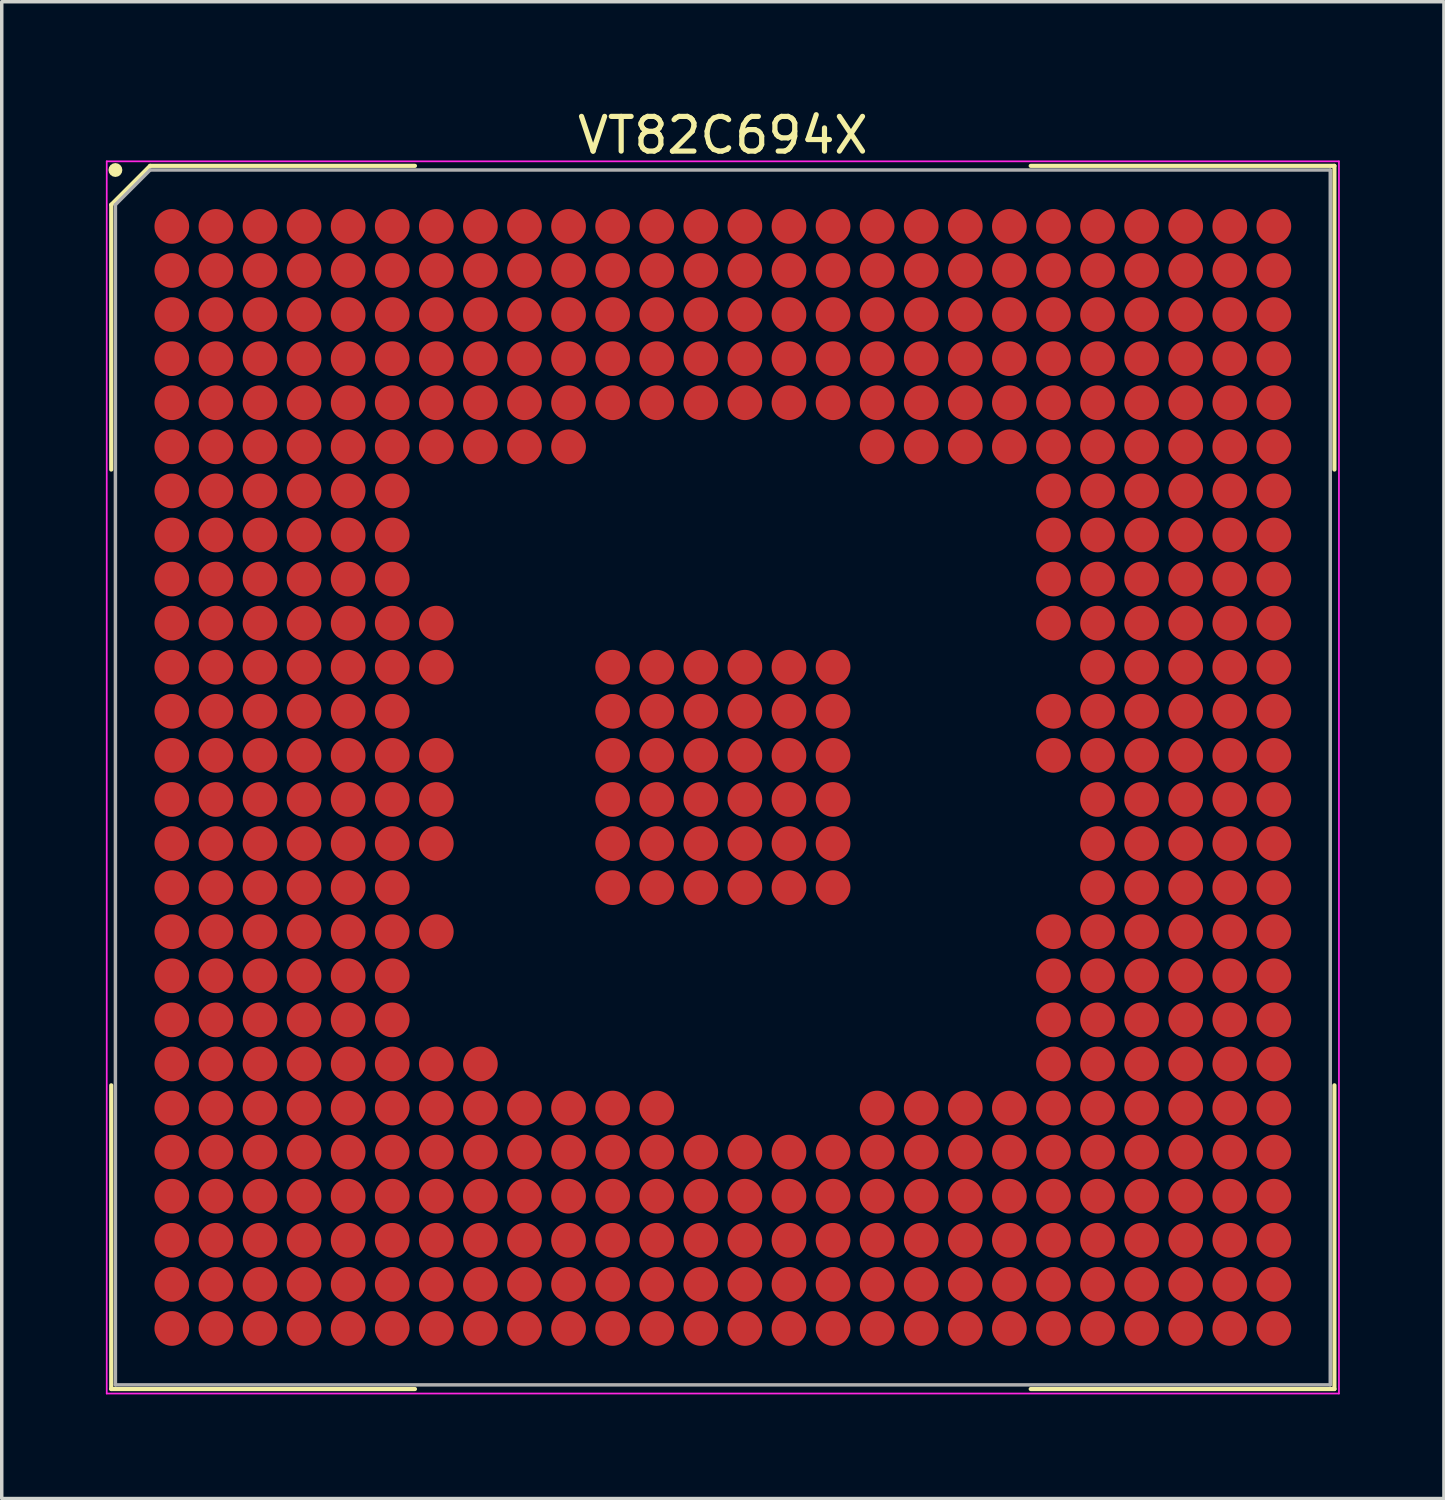
<source format=kicad_pcb>
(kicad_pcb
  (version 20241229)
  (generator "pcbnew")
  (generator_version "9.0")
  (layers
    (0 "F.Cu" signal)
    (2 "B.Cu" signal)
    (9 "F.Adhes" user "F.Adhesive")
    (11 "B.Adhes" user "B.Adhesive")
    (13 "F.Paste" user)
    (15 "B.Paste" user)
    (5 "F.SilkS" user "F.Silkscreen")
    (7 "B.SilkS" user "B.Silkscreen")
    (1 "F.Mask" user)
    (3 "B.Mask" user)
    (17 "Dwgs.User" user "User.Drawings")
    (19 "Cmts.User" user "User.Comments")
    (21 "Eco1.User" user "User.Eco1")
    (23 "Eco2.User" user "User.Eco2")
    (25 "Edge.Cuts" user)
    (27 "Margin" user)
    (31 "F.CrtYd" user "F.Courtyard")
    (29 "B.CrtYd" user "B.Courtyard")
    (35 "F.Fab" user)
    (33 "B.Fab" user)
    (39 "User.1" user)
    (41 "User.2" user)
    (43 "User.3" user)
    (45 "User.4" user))
  (footprint "VT82C694X"
    (layer "F.Cu")
    (at 17.775 19.348)
    (property "Reference" "VT82C694X" (at 0 -18.5 0) (layer "F.SilkS") (effects (font (size 1 1) (thickness 0.15))))
    (attr smd)
    (fp_line (start -17.62 -16.5) (end -17.62 -8.87) (stroke (width 0.12) (type default)) (layer "F.SilkS"))
    (fp_line (start -17.62 17.62) (end -17.62 8.87) (stroke (width 0.12) (type default)) (layer "F.SilkS"))
    (fp_line (start -16.5 -17.62) (end -17.62 -16.5) (stroke (width 0.12) (type default)) (layer "F.SilkS"))
    (fp_line (start -8.87 -17.62) (end -16.5 -17.62) (stroke (width 0.12) (type default)) (layer "F.SilkS"))
    (fp_line (start -8.87 17.62) (end -17.62 17.62) (stroke (width 0.12) (type default)) (layer "F.SilkS"))
    (fp_line (start 8.87 -17.62) (end 17.62 -17.62) (stroke (width 0.12) (type default)) (layer "F.SilkS"))
    (fp_line (start 8.87 17.62) (end 17.62 17.62) (stroke (width 0.12) (type default)) (layer "F.SilkS"))
    (fp_line (start 17.62 -17.62) (end 17.62 -8.87) (stroke (width 0.12) (type default)) (layer "F.SilkS"))
    (fp_line (start 17.62 17.62) (end 17.62 8.87) (stroke (width 0.12) (type default)) (layer "F.SilkS"))
    (fp_circle (center -17.5 -17.5) (end -17.5 -17.4) (stroke (width 0.2) (type default)) (fill no) (layer "F.SilkS"))
    (fp_line (start -17.75 -17.75) (end 17.75 -17.75) (stroke (width 0.05) (type default)) (layer "F.CrtYd"))
    (fp_line (start -17.75 17.75) (end -17.75 -17.75) (stroke (width 0.05) (type default)) (layer "F.CrtYd"))
    (fp_line (start 17.75 -17.75) (end 17.75 17.75) (stroke (width 0.05) (type default)) (layer "F.CrtYd"))
    (fp_line (start 17.75 17.75) (end -17.75 17.75) (stroke (width 0.05) (type default)) (layer "F.CrtYd"))
    (fp_line (start -17.5 -16.5) (end -17.5 17.5) (stroke (width 0.1) (type default)) (layer "F.Fab"))
    (fp_line (start -17.5 17.5) (end 17.5 17.5) (stroke (width 0.1) (type default)) (layer "F.Fab"))
    (fp_line (start -16.5 -17.5) (end -17.5 -16.5) (stroke (width 0.1) (type default)) (layer "F.Fab"))
    (fp_line (start 17.5 -17.5) (end -16.5 -17.5) (stroke (width 0.1) (type default)) (layer "F.Fab"))
    (fp_line (start 17.5 17.5) (end 17.5 -17.5) (stroke (width 0.1) (type default)) (layer "F.Fab"))
    (pad "A1" smd circle (at -15.875 -15.875) (size 1 1) (layers "F.Cu" "F.Mask" "F.Paste"))
    (pad "A2" smd circle (at -14.605 -15.875) (size 1 1) (layers "F.Cu" "F.Mask" "F.Paste"))
    (pad "A3" smd circle (at -13.335 -15.875) (size 1 1) (layers "F.Cu" "F.Mask" "F.Paste"))
    (pad "A4" smd circle (at -12.065 -15.875) (size 1 1) (layers "F.Cu" "F.Mask" "F.Paste"))
    (pad "A5" smd circle (at -10.795 -15.875) (size 1 1) (layers "F.Cu" "F.Mask" "F.Paste"))
    (pad "A6" smd circle (at -9.525 -15.875) (size 1 1) (layers "F.Cu" "F.Mask" "F.Paste"))
    (pad "A7" smd circle (at -8.255 -15.875) (size 1 1) (layers "F.Cu" "F.Mask" "F.Paste"))
    (pad "A8" smd circle (at -6.985 -15.875) (size 1 1) (layers "F.Cu" "F.Mask" "F.Paste"))
    (pad "A9" smd circle (at -5.715 -15.875) (size 1 1) (layers "F.Cu" "F.Mask" "F.Paste"))
    (pad "A10" smd circle (at -4.445 -15.875) (size 1 1) (layers "F.Cu" "F.Mask" "F.Paste"))
    (pad "A11" smd circle (at -3.175 -15.875) (size 1 1) (layers "F.Cu" "F.Mask" "F.Paste"))
    (pad "A12" smd circle (at -1.905 -15.875) (size 1 1) (layers "F.Cu" "F.Mask" "F.Paste"))
    (pad "A13" smd circle (at -0.635 -15.875) (size 1 1) (layers "F.Cu" "F.Mask" "F.Paste"))
    (pad "A14" smd circle (at 0.635 -15.875) (size 1 1) (layers "F.Cu" "F.Mask" "F.Paste"))
    (pad "A15" smd circle (at 1.905 -15.875) (size 1 1) (layers "F.Cu" "F.Mask" "F.Paste"))
    (pad "A16" smd circle (at 3.175 -15.875) (size 1 1) (layers "F.Cu" "F.Mask" "F.Paste"))
    (pad "A17" smd circle (at 4.445 -15.875) (size 1 1) (layers "F.Cu" "F.Mask" "F.Paste"))
    (pad "A18" smd circle (at 5.715 -15.875) (size 1 1) (layers "F.Cu" "F.Mask" "F.Paste"))
    (pad "A19" smd circle (at 6.985 -15.875) (size 1 1) (layers "F.Cu" "F.Mask" "F.Paste"))
    (pad "A20" smd circle (at 8.255 -15.875) (size 1 1) (layers "F.Cu" "F.Mask" "F.Paste"))
    (pad "A21" smd circle (at 9.525 -15.875) (size 1 1) (layers "F.Cu" "F.Mask" "F.Paste"))
    (pad "A22" smd circle (at 10.795 -15.875) (size 1 1) (layers "F.Cu" "F.Mask" "F.Paste"))
    (pad "A23" smd circle (at 12.065 -15.875) (size 1 1) (layers "F.Cu" "F.Mask" "F.Paste"))
    (pad "A24" smd circle (at 13.335 -15.875) (size 1 1) (layers "F.Cu" "F.Mask" "F.Paste"))
    (pad "A25" smd circle (at 14.605 -15.875) (size 1 1) (layers "F.Cu" "F.Mask" "F.Paste"))
    (pad "A26" smd circle (at 15.875 -15.875) (size 1 1) (layers "F.Cu" "F.Mask" "F.Paste"))
    (pad "AA1" smd circle (at -15.875 9.525) (size 1 1) (layers "F.Cu" "F.Mask" "F.Paste"))
    (pad "AA2" smd circle (at -14.605 9.525) (size 1 1) (layers "F.Cu" "F.Mask" "F.Paste"))
    (pad "AA3" smd circle (at -13.335 9.525) (size 1 1) (layers "F.Cu" "F.Mask" "F.Paste"))
    (pad "AA4" smd circle (at -12.065 9.525) (size 1 1) (layers "F.Cu" "F.Mask" "F.Paste"))
    (pad "AA5" smd circle (at -10.795 9.525) (size 1 1) (layers "F.Cu" "F.Mask" "F.Paste"))
    (pad "AA6" smd circle (at -9.525 9.525) (size 1 1) (layers "F.Cu" "F.Mask" "F.Paste"))
    (pad "AA7" smd circle (at -8.255 9.525) (size 1 1) (layers "F.Cu" "F.Mask" "F.Paste"))
    (pad "AA8" smd circle (at -6.985 9.525) (size 1 1) (layers "F.Cu" "F.Mask" "F.Paste"))
    (pad "AA9" smd circle (at -5.715 9.525) (size 1 1) (layers "F.Cu" "F.Mask" "F.Paste"))
    (pad "AA10" smd circle (at -4.445 9.525) (size 1 1) (layers "F.Cu" "F.Mask" "F.Paste"))
    (pad "AA11" smd circle (at -3.175 9.525) (size 1 1) (layers "F.Cu" "F.Mask" "F.Paste"))
    (pad "AA12" smd circle (at -1.905 9.525) (size 1 1) (layers "F.Cu" "F.Mask" "F.Paste"))
    (pad "AA17" smd circle (at 4.445 9.525) (size 1 1) (layers "F.Cu" "F.Mask" "F.Paste"))
    (pad "AA18" smd circle (at 5.715 9.525) (size 1 1) (layers "F.Cu" "F.Mask" "F.Paste"))
    (pad "AA19" smd circle (at 6.985 9.525) (size 1 1) (layers "F.Cu" "F.Mask" "F.Paste"))
    (pad "AA20" smd circle (at 8.255 9.525) (size 1 1) (layers "F.Cu" "F.Mask" "F.Paste"))
    (pad "AA21" smd circle (at 9.525 9.525) (size 1 1) (layers "F.Cu" "F.Mask" "F.Paste"))
    (pad "AA22" smd circle (at 10.795 9.525) (size 1 1) (layers "F.Cu" "F.Mask" "F.Paste"))
    (pad "AA23" smd circle (at 12.065 9.525) (size 1 1) (layers "F.Cu" "F.Mask" "F.Paste"))
    (pad "AA24" smd circle (at 13.335 9.525) (size 1 1) (layers "F.Cu" "F.Mask" "F.Paste"))
    (pad "AA25" smd circle (at 14.605 9.525) (size 1 1) (layers "F.Cu" "F.Mask" "F.Paste"))
    (pad "AA26" smd circle (at 15.875 9.525) (size 1 1) (layers "F.Cu" "F.Mask" "F.Paste"))
    (pad "AB1" smd circle (at -15.875 10.795) (size 1 1) (layers "F.Cu" "F.Mask" "F.Paste"))
    (pad "AB2" smd circle (at -14.605 10.795) (size 1 1) (layers "F.Cu" "F.Mask" "F.Paste"))
    (pad "AB3" smd circle (at -13.335 10.795) (size 1 1) (layers "F.Cu" "F.Mask" "F.Paste"))
    (pad "AB4" smd circle (at -12.065 10.795) (size 1 1) (layers "F.Cu" "F.Mask" "F.Paste"))
    (pad "AB5" smd circle (at -10.795 10.795) (size 1 1) (layers "F.Cu" "F.Mask" "F.Paste"))
    (pad "AB6" smd circle (at -9.525 10.795) (size 1 1) (layers "F.Cu" "F.Mask" "F.Paste"))
    (pad "AB7" smd circle (at -8.255 10.795) (size 1 1) (layers "F.Cu" "F.Mask" "F.Paste"))
    (pad "AB8" smd circle (at -6.985 10.795) (size 1 1) (layers "F.Cu" "F.Mask" "F.Paste"))
    (pad "AB9" smd circle (at -5.715 10.795) (size 1 1) (layers "F.Cu" "F.Mask" "F.Paste"))
    (pad "AB10" smd circle (at -4.445 10.795) (size 1 1) (layers "F.Cu" "F.Mask" "F.Paste"))
    (pad "AB11" smd circle (at -3.175 10.795) (size 1 1) (layers "F.Cu" "F.Mask" "F.Paste"))
    (pad "AB12" smd circle (at -1.905 10.795) (size 1 1) (layers "F.Cu" "F.Mask" "F.Paste"))
    (pad "AB13" smd circle (at -0.635 10.795) (size 1 1) (layers "F.Cu" "F.Mask" "F.Paste"))
    (pad "AB14" smd circle (at 0.635 10.795) (size 1 1) (layers "F.Cu" "F.Mask" "F.Paste"))
    (pad "AB15" smd circle (at 1.905 10.795) (size 1 1) (layers "F.Cu" "F.Mask" "F.Paste"))
    (pad "AB16" smd circle (at 3.175 10.795) (size 1 1) (layers "F.Cu" "F.Mask" "F.Paste"))
    (pad "AB17" smd circle (at 4.445 10.795) (size 1 1) (layers "F.Cu" "F.Mask" "F.Paste"))
    (pad "AB18" smd circle (at 5.715 10.795) (size 1 1) (layers "F.Cu" "F.Mask" "F.Paste"))
    (pad "AB19" smd circle (at 6.985 10.795) (size 1 1) (layers "F.Cu" "F.Mask" "F.Paste"))
    (pad "AB20" smd circle (at 8.255 10.795) (size 1 1) (layers "F.Cu" "F.Mask" "F.Paste"))
    (pad "AB21" smd circle (at 9.525 10.795) (size 1 1) (layers "F.Cu" "F.Mask" "F.Paste"))
    (pad "AB22" smd circle (at 10.795 10.795) (size 1 1) (layers "F.Cu" "F.Mask" "F.Paste"))
    (pad "AB23" smd circle (at 12.065 10.795) (size 1 1) (layers "F.Cu" "F.Mask" "F.Paste"))
    (pad "AB24" smd circle (at 13.335 10.795) (size 1 1) (layers "F.Cu" "F.Mask" "F.Paste"))
    (pad "AB25" smd circle (at 14.605 10.795) (size 1 1) (layers "F.Cu" "F.Mask" "F.Paste"))
    (pad "AB26" smd circle (at 15.875 10.795) (size 1 1) (layers "F.Cu" "F.Mask" "F.Paste"))
    (pad "AC1" smd circle (at -15.875 12.065) (size 1 1) (layers "F.Cu" "F.Mask" "F.Paste"))
    (pad "AC2" smd circle (at -14.605 12.065) (size 1 1) (layers "F.Cu" "F.Mask" "F.Paste"))
    (pad "AC3" smd circle (at -13.335 12.065) (size 1 1) (layers "F.Cu" "F.Mask" "F.Paste"))
    (pad "AC4" smd circle (at -12.065 12.065) (size 1 1) (layers "F.Cu" "F.Mask" "F.Paste"))
    (pad "AC5" smd circle (at -10.795 12.065) (size 1 1) (layers "F.Cu" "F.Mask" "F.Paste"))
    (pad "AC6" smd circle (at -9.525 12.065) (size 1 1) (layers "F.Cu" "F.Mask" "F.Paste"))
    (pad "AC7" smd circle (at -8.255 12.065) (size 1 1) (layers "F.Cu" "F.Mask" "F.Paste"))
    (pad "AC8" smd circle (at -6.985 12.065) (size 1 1) (layers "F.Cu" "F.Mask" "F.Paste"))
    (pad "AC9" smd circle (at -5.715 12.065) (size 1 1) (layers "F.Cu" "F.Mask" "F.Paste"))
    (pad "AC10" smd circle (at -4.445 12.065) (size 1 1) (layers "F.Cu" "F.Mask" "F.Paste"))
    (pad "AC11" smd circle (at -3.175 12.065) (size 1 1) (layers "F.Cu" "F.Mask" "F.Paste"))
    (pad "AC12" smd circle (at -1.905 12.065) (size 1 1) (layers "F.Cu" "F.Mask" "F.Paste"))
    (pad "AC13" smd circle (at -0.635 12.065) (size 1 1) (layers "F.Cu" "F.Mask" "F.Paste"))
    (pad "AC14" smd circle (at 0.635 12.065) (size 1 1) (layers "F.Cu" "F.Mask" "F.Paste"))
    (pad "AC15" smd circle (at 1.905 12.065) (size 1 1) (layers "F.Cu" "F.Mask" "F.Paste"))
    (pad "AC16" smd circle (at 3.175 12.065) (size 1 1) (layers "F.Cu" "F.Mask" "F.Paste"))
    (pad "AC17" smd circle (at 4.445 12.065) (size 1 1) (layers "F.Cu" "F.Mask" "F.Paste"))
    (pad "AC18" smd circle (at 5.715 12.065) (size 1 1) (layers "F.Cu" "F.Mask" "F.Paste"))
    (pad "AC19" smd circle (at 6.985 12.065) (size 1 1) (layers "F.Cu" "F.Mask" "F.Paste"))
    (pad "AC20" smd circle (at 8.255 12.065) (size 1 1) (layers "F.Cu" "F.Mask" "F.Paste"))
    (pad "AC21" smd circle (at 9.525 12.065) (size 1 1) (layers "F.Cu" "F.Mask" "F.Paste"))
    (pad "AC22" smd circle (at 10.795 12.065) (size 1 1) (layers "F.Cu" "F.Mask" "F.Paste"))
    (pad "AC23" smd circle (at 12.065 12.065) (size 1 1) (layers "F.Cu" "F.Mask" "F.Paste"))
    (pad "AC24" smd circle (at 13.335 12.065) (size 1 1) (layers "F.Cu" "F.Mask" "F.Paste"))
    (pad "AC25" smd circle (at 14.605 12.065) (size 1 1) (layers "F.Cu" "F.Mask" "F.Paste"))
    (pad "AC26" smd circle (at 15.875 12.065) (size 1 1) (layers "F.Cu" "F.Mask" "F.Paste"))
    (pad "AD1" smd circle (at -15.875 13.335) (size 1 1) (layers "F.Cu" "F.Mask" "F.Paste"))
    (pad "AD2" smd circle (at -14.605 13.335) (size 1 1) (layers "F.Cu" "F.Mask" "F.Paste"))
    (pad "AD3" smd circle (at -13.335 13.335) (size 1 1) (layers "F.Cu" "F.Mask" "F.Paste"))
    (pad "AD4" smd circle (at -12.065 13.335) (size 1 1) (layers "F.Cu" "F.Mask" "F.Paste"))
    (pad "AD5" smd circle (at -10.795 13.335) (size 1 1) (layers "F.Cu" "F.Mask" "F.Paste"))
    (pad "AD6" smd circle (at -9.525 13.335) (size 1 1) (layers "F.Cu" "F.Mask" "F.Paste"))
    (pad "AD7" smd circle (at -8.255 13.335) (size 1 1) (layers "F.Cu" "F.Mask" "F.Paste"))
    (pad "AD8" smd circle (at -6.985 13.335) (size 1 1) (layers "F.Cu" "F.Mask" "F.Paste"))
    (pad "AD9" smd circle (at -5.715 13.335) (size 1 1) (layers "F.Cu" "F.Mask" "F.Paste"))
    (pad "AD10" smd circle (at -4.445 13.335) (size 1 1) (layers "F.Cu" "F.Mask" "F.Paste"))
    (pad "AD11" smd circle (at -3.175 13.335) (size 1 1) (layers "F.Cu" "F.Mask" "F.Paste"))
    (pad "AD12" smd circle (at -1.905 13.335) (size 1 1) (layers "F.Cu" "F.Mask" "F.Paste"))
    (pad "AD13" smd circle (at -0.635 13.335) (size 1 1) (layers "F.Cu" "F.Mask" "F.Paste"))
    (pad "AD14" smd circle (at 0.635 13.335) (size 1 1) (layers "F.Cu" "F.Mask" "F.Paste"))
    (pad "AD15" smd circle (at 1.905 13.335) (size 1 1) (layers "F.Cu" "F.Mask" "F.Paste"))
    (pad "AD16" smd circle (at 3.175 13.335) (size 1 1) (layers "F.Cu" "F.Mask" "F.Paste"))
    (pad "AD17" smd circle (at 4.445 13.335) (size 1 1) (layers "F.Cu" "F.Mask" "F.Paste"))
    (pad "AD18" smd circle (at 5.715 13.335) (size 1 1) (layers "F.Cu" "F.Mask" "F.Paste"))
    (pad "AD19" smd circle (at 6.985 13.335) (size 1 1) (layers "F.Cu" "F.Mask" "F.Paste"))
    (pad "AD20" smd circle (at 8.255 13.335) (size 1 1) (layers "F.Cu" "F.Mask" "F.Paste"))
    (pad "AD21" smd circle (at 9.525 13.335) (size 1 1) (layers "F.Cu" "F.Mask" "F.Paste"))
    (pad "AD22" smd circle (at 10.795 13.335) (size 1 1) (layers "F.Cu" "F.Mask" "F.Paste"))
    (pad "AD23" smd circle (at 12.065 13.335) (size 1 1) (layers "F.Cu" "F.Mask" "F.Paste"))
    (pad "AD24" smd circle (at 13.335 13.335) (size 1 1) (layers "F.Cu" "F.Mask" "F.Paste"))
    (pad "AD25" smd circle (at 14.605 13.335) (size 1 1) (layers "F.Cu" "F.Mask" "F.Paste"))
    (pad "AD26" smd circle (at 15.875 13.335) (size 1 1) (layers "F.Cu" "F.Mask" "F.Paste"))
    (pad "AE1" smd circle (at -15.875 14.605) (size 1 1) (layers "F.Cu" "F.Mask" "F.Paste"))
    (pad "AE2" smd circle (at -14.605 14.605) (size 1 1) (layers "F.Cu" "F.Mask" "F.Paste"))
    (pad "AE3" smd circle (at -13.335 14.605) (size 1 1) (layers "F.Cu" "F.Mask" "F.Paste"))
    (pad "AE4" smd circle (at -12.065 14.605) (size 1 1) (layers "F.Cu" "F.Mask" "F.Paste"))
    (pad "AE5" smd circle (at -10.795 14.605) (size 1 1) (layers "F.Cu" "F.Mask" "F.Paste"))
    (pad "AE6" smd circle (at -9.525 14.605) (size 1 1) (layers "F.Cu" "F.Mask" "F.Paste"))
    (pad "AE7" smd circle (at -8.255 14.605) (size 1 1) (layers "F.Cu" "F.Mask" "F.Paste"))
    (pad "AE8" smd circle (at -6.985 14.605) (size 1 1) (layers "F.Cu" "F.Mask" "F.Paste"))
    (pad "AE9" smd circle (at -5.715 14.605) (size 1 1) (layers "F.Cu" "F.Mask" "F.Paste"))
    (pad "AE10" smd circle (at -4.445 14.605) (size 1 1) (layers "F.Cu" "F.Mask" "F.Paste"))
    (pad "AE11" smd circle (at -3.175 14.605) (size 1 1) (layers "F.Cu" "F.Mask" "F.Paste"))
    (pad "AE12" smd circle (at -1.905 14.605) (size 1 1) (layers "F.Cu" "F.Mask" "F.Paste"))
    (pad "AE13" smd circle (at -0.635 14.605) (size 1 1) (layers "F.Cu" "F.Mask" "F.Paste"))
    (pad "AE14" smd circle (at 0.635 14.605) (size 1 1) (layers "F.Cu" "F.Mask" "F.Paste"))
    (pad "AE15" smd circle (at 1.905 14.605) (size 1 1) (layers "F.Cu" "F.Mask" "F.Paste"))
    (pad "AE16" smd circle (at 3.175 14.605) (size 1 1) (layers "F.Cu" "F.Mask" "F.Paste"))
    (pad "AE17" smd circle (at 4.445 14.605) (size 1 1) (layers "F.Cu" "F.Mask" "F.Paste"))
    (pad "AE18" smd circle (at 5.715 14.605) (size 1 1) (layers "F.Cu" "F.Mask" "F.Paste"))
    (pad "AE19" smd circle (at 6.985 14.605) (size 1 1) (layers "F.Cu" "F.Mask" "F.Paste"))
    (pad "AE20" smd circle (at 8.255 14.605) (size 1 1) (layers "F.Cu" "F.Mask" "F.Paste"))
    (pad "AE21" smd circle (at 9.525 14.605) (size 1 1) (layers "F.Cu" "F.Mask" "F.Paste"))
    (pad "AE22" smd circle (at 10.795 14.605) (size 1 1) (layers "F.Cu" "F.Mask" "F.Paste"))
    (pad "AE23" smd circle (at 12.065 14.605) (size 1 1) (layers "F.Cu" "F.Mask" "F.Paste"))
    (pad "AE24" smd circle (at 13.335 14.605) (size 1 1) (layers "F.Cu" "F.Mask" "F.Paste"))
    (pad "AE25" smd circle (at 14.605 14.605) (size 1 1) (layers "F.Cu" "F.Mask" "F.Paste"))
    (pad "AE26" smd circle (at 15.875 14.605) (size 1 1) (layers "F.Cu" "F.Mask" "F.Paste"))
    (pad "AF1" smd circle (at -15.875 15.875) (size 1 1) (layers "F.Cu" "F.Mask" "F.Paste"))
    (pad "AF2" smd circle (at -14.605 15.875) (size 1 1) (layers "F.Cu" "F.Mask" "F.Paste"))
    (pad "AF3" smd circle (at -13.335 15.875) (size 1 1) (layers "F.Cu" "F.Mask" "F.Paste"))
    (pad "AF4" smd circle (at -12.065 15.875) (size 1 1) (layers "F.Cu" "F.Mask" "F.Paste"))
    (pad "AF5" smd circle (at -10.795 15.875) (size 1 1) (layers "F.Cu" "F.Mask" "F.Paste"))
    (pad "AF6" smd circle (at -9.525 15.875) (size 1 1) (layers "F.Cu" "F.Mask" "F.Paste"))
    (pad "AF7" smd circle (at -8.255 15.875) (size 1 1) (layers "F.Cu" "F.Mask" "F.Paste"))
    (pad "AF8" smd circle (at -6.985 15.875) (size 1 1) (layers "F.Cu" "F.Mask" "F.Paste"))
    (pad "AF9" smd circle (at -5.715 15.875) (size 1 1) (layers "F.Cu" "F.Mask" "F.Paste"))
    (pad "AF10" smd circle (at -4.445 15.875) (size 1 1) (layers "F.Cu" "F.Mask" "F.Paste"))
    (pad "AF11" smd circle (at -3.175 15.875) (size 1 1) (layers "F.Cu" "F.Mask" "F.Paste"))
    (pad "AF12" smd circle (at -1.905 15.875) (size 1 1) (layers "F.Cu" "F.Mask" "F.Paste"))
    (pad "AF13" smd circle (at -0.635 15.875) (size 1 1) (layers "F.Cu" "F.Mask" "F.Paste"))
    (pad "AF14" smd circle (at 0.635 15.875) (size 1 1) (layers "F.Cu" "F.Mask" "F.Paste"))
    (pad "AF15" smd circle (at 1.905 15.875) (size 1 1) (layers "F.Cu" "F.Mask" "F.Paste"))
    (pad "AF16" smd circle (at 3.175 15.875) (size 1 1) (layers "F.Cu" "F.Mask" "F.Paste"))
    (pad "AF17" smd circle (at 4.445 15.875) (size 1 1) (layers "F.Cu" "F.Mask" "F.Paste"))
    (pad "AF18" smd circle (at 5.715 15.875) (size 1 1) (layers "F.Cu" "F.Mask" "F.Paste"))
    (pad "AF19" smd circle (at 6.985 15.875) (size 1 1) (layers "F.Cu" "F.Mask" "F.Paste"))
    (pad "AF20" smd circle (at 8.255 15.875) (size 1 1) (layers "F.Cu" "F.Mask" "F.Paste"))
    (pad "AF21" smd circle (at 9.525 15.875) (size 1 1) (layers "F.Cu" "F.Mask" "F.Paste"))
    (pad "AF22" smd circle (at 10.795 15.875) (size 1 1) (layers "F.Cu" "F.Mask" "F.Paste"))
    (pad "AF23" smd circle (at 12.065 15.875) (size 1 1) (layers "F.Cu" "F.Mask" "F.Paste"))
    (pad "AF24" smd circle (at 13.335 15.875) (size 1 1) (layers "F.Cu" "F.Mask" "F.Paste"))
    (pad "AF25" smd circle (at 14.605 15.875) (size 1 1) (layers "F.Cu" "F.Mask" "F.Paste"))
    (pad "AF26" smd circle (at 15.875 15.875) (size 1 1) (layers "F.Cu" "F.Mask" "F.Paste"))
    (pad "B1" smd circle (at -15.875 -14.605) (size 1 1) (layers "F.Cu" "F.Mask" "F.Paste"))
    (pad "B2" smd circle (at -14.605 -14.605) (size 1 1) (layers "F.Cu" "F.Mask" "F.Paste"))
    (pad "B3" smd circle (at -13.335 -14.605) (size 1 1) (layers "F.Cu" "F.Mask" "F.Paste"))
    (pad "B4" smd circle (at -12.065 -14.605) (size 1 1) (layers "F.Cu" "F.Mask" "F.Paste"))
    (pad "B5" smd circle (at -10.795 -14.605) (size 1 1) (layers "F.Cu" "F.Mask" "F.Paste"))
    (pad "B6" smd circle (at -9.525 -14.605) (size 1 1) (layers "F.Cu" "F.Mask" "F.Paste"))
    (pad "B7" smd circle (at -8.255 -14.605) (size 1 1) (layers "F.Cu" "F.Mask" "F.Paste"))
    (pad "B8" smd circle (at -6.985 -14.605) (size 1 1) (layers "F.Cu" "F.Mask" "F.Paste"))
    (pad "B9" smd circle (at -5.715 -14.605) (size 1 1) (layers "F.Cu" "F.Mask" "F.Paste"))
    (pad "B10" smd circle (at -4.445 -14.605) (size 1 1) (layers "F.Cu" "F.Mask" "F.Paste"))
    (pad "B11" smd circle (at -3.175 -14.605) (size 1 1) (layers "F.Cu" "F.Mask" "F.Paste"))
    (pad "B12" smd circle (at -1.905 -14.605) (size 1 1) (layers "F.Cu" "F.Mask" "F.Paste"))
    (pad "B13" smd circle (at -0.635 -14.605) (size 1 1) (layers "F.Cu" "F.Mask" "F.Paste"))
    (pad "B14" smd circle (at 0.635 -14.605) (size 1 1) (layers "F.Cu" "F.Mask" "F.Paste"))
    (pad "B15" smd circle (at 1.905 -14.605) (size 1 1) (layers "F.Cu" "F.Mask" "F.Paste"))
    (pad "B16" smd circle (at 3.175 -14.605) (size 1 1) (layers "F.Cu" "F.Mask" "F.Paste"))
    (pad "B17" smd circle (at 4.445 -14.605) (size 1 1) (layers "F.Cu" "F.Mask" "F.Paste"))
    (pad "B18" smd circle (at 5.715 -14.605) (size 1 1) (layers "F.Cu" "F.Mask" "F.Paste"))
    (pad "B19" smd circle (at 6.985 -14.605) (size 1 1) (layers "F.Cu" "F.Mask" "F.Paste"))
    (pad "B20" smd circle (at 8.255 -14.605) (size 1 1) (layers "F.Cu" "F.Mask" "F.Paste"))
    (pad "B21" smd circle (at 9.525 -14.605) (size 1 1) (layers "F.Cu" "F.Mask" "F.Paste"))
    (pad "B22" smd circle (at 10.795 -14.605) (size 1 1) (layers "F.Cu" "F.Mask" "F.Paste"))
    (pad "B23" smd circle (at 12.065 -14.605) (size 1 1) (layers "F.Cu" "F.Mask" "F.Paste"))
    (pad "B24" smd circle (at 13.335 -14.605) (size 1 1) (layers "F.Cu" "F.Mask" "F.Paste"))
    (pad "B25" smd circle (at 14.605 -14.605) (size 1 1) (layers "F.Cu" "F.Mask" "F.Paste"))
    (pad "B26" smd circle (at 15.875 -14.605) (size 1 1) (layers "F.Cu" "F.Mask" "F.Paste"))
    (pad "C1" smd circle (at -15.875 -13.335) (size 1 1) (layers "F.Cu" "F.Mask" "F.Paste"))
    (pad "C2" smd circle (at -14.605 -13.335) (size 1 1) (layers "F.Cu" "F.Mask" "F.Paste"))
    (pad "C3" smd circle (at -13.335 -13.335) (size 1 1) (layers "F.Cu" "F.Mask" "F.Paste"))
    (pad "C4" smd circle (at -12.065 -13.335) (size 1 1) (layers "F.Cu" "F.Mask" "F.Paste"))
    (pad "C5" smd circle (at -10.795 -13.335) (size 1 1) (layers "F.Cu" "F.Mask" "F.Paste"))
    (pad "C6" smd circle (at -9.525 -13.335) (size 1 1) (layers "F.Cu" "F.Mask" "F.Paste"))
    (pad "C7" smd circle (at -8.255 -13.335) (size 1 1) (layers "F.Cu" "F.Mask" "F.Paste"))
    (pad "C8" smd circle (at -6.985 -13.335) (size 1 1) (layers "F.Cu" "F.Mask" "F.Paste"))
    (pad "C9" smd circle (at -5.715 -13.335) (size 1 1) (layers "F.Cu" "F.Mask" "F.Paste"))
    (pad "C10" smd circle (at -4.445 -13.335) (size 1 1) (layers "F.Cu" "F.Mask" "F.Paste"))
    (pad "C11" smd circle (at -3.175 -13.335) (size 1 1) (layers "F.Cu" "F.Mask" "F.Paste"))
    (pad "C12" smd circle (at -1.905 -13.335) (size 1 1) (layers "F.Cu" "F.Mask" "F.Paste"))
    (pad "C13" smd circle (at -0.635 -13.335) (size 1 1) (layers "F.Cu" "F.Mask" "F.Paste"))
    (pad "C14" smd circle (at 0.635 -13.335) (size 1 1) (layers "F.Cu" "F.Mask" "F.Paste"))
    (pad "C15" smd circle (at 1.905 -13.335) (size 1 1) (layers "F.Cu" "F.Mask" "F.Paste"))
    (pad "C16" smd circle (at 3.175 -13.335) (size 1 1) (layers "F.Cu" "F.Mask" "F.Paste"))
    (pad "C17" smd circle (at 4.445 -13.335) (size 1 1) (layers "F.Cu" "F.Mask" "F.Paste"))
    (pad "C18" smd circle (at 5.715 -13.335) (size 1 1) (layers "F.Cu" "F.Mask" "F.Paste"))
    (pad "C19" smd circle (at 6.985 -13.335) (size 1 1) (layers "F.Cu" "F.Mask" "F.Paste"))
    (pad "C20" smd circle (at 8.255 -13.335) (size 1 1) (layers "F.Cu" "F.Mask" "F.Paste"))
    (pad "C21" smd circle (at 9.525 -13.335) (size 1 1) (layers "F.Cu" "F.Mask" "F.Paste"))
    (pad "C22" smd circle (at 10.795 -13.335) (size 1 1) (layers "F.Cu" "F.Mask" "F.Paste"))
    (pad "C23" smd circle (at 12.065 -13.335) (size 1 1) (layers "F.Cu" "F.Mask" "F.Paste"))
    (pad "C24" smd circle (at 13.335 -13.335) (size 1 1) (layers "F.Cu" "F.Mask" "F.Paste"))
    (pad "C25" smd circle (at 14.605 -13.335) (size 1 1) (layers "F.Cu" "F.Mask" "F.Paste"))
    (pad "C26" smd circle (at 15.875 -13.335) (size 1 1) (layers "F.Cu" "F.Mask" "F.Paste"))
    (pad "D1" smd circle (at -15.875 -12.065) (size 1 1) (layers "F.Cu" "F.Mask" "F.Paste"))
    (pad "D2" smd circle (at -14.605 -12.065) (size 1 1) (layers "F.Cu" "F.Mask" "F.Paste"))
    (pad "D3" smd circle (at -13.335 -12.065) (size 1 1) (layers "F.Cu" "F.Mask" "F.Paste"))
    (pad "D4" smd circle (at -12.065 -12.065) (size 1 1) (layers "F.Cu" "F.Mask" "F.Paste"))
    (pad "D5" smd circle (at -10.795 -12.065) (size 1 1) (layers "F.Cu" "F.Mask" "F.Paste"))
    (pad "D6" smd circle (at -9.525 -12.065) (size 1 1) (layers "F.Cu" "F.Mask" "F.Paste"))
    (pad "D7" smd circle (at -8.255 -12.065) (size 1 1) (layers "F.Cu" "F.Mask" "F.Paste"))
    (pad "D8" smd circle (at -6.985 -12.065) (size 1 1) (layers "F.Cu" "F.Mask" "F.Paste"))
    (pad "D9" smd circle (at -5.715 -12.065) (size 1 1) (layers "F.Cu" "F.Mask" "F.Paste"))
    (pad "D10" smd circle (at -4.445 -12.065) (size 1 1) (layers "F.Cu" "F.Mask" "F.Paste"))
    (pad "D11" smd circle (at -3.175 -12.065) (size 1 1) (layers "F.Cu" "F.Mask" "F.Paste"))
    (pad "D12" smd circle (at -1.905 -12.065) (size 1 1) (layers "F.Cu" "F.Mask" "F.Paste"))
    (pad "D13" smd circle (at -0.635 -12.065) (size 1 1) (layers "F.Cu" "F.Mask" "F.Paste"))
    (pad "D14" smd circle (at 0.635 -12.065) (size 1 1) (layers "F.Cu" "F.Mask" "F.Paste"))
    (pad "D15" smd circle (at 1.905 -12.065) (size 1 1) (layers "F.Cu" "F.Mask" "F.Paste"))
    (pad "D16" smd circle (at 3.175 -12.065) (size 1 1) (layers "F.Cu" "F.Mask" "F.Paste"))
    (pad "D17" smd circle (at 4.445 -12.065) (size 1 1) (layers "F.Cu" "F.Mask" "F.Paste"))
    (pad "D18" smd circle (at 5.715 -12.065) (size 1 1) (layers "F.Cu" "F.Mask" "F.Paste"))
    (pad "D19" smd circle (at 6.985 -12.065) (size 1 1) (layers "F.Cu" "F.Mask" "F.Paste"))
    (pad "D20" smd circle (at 8.255 -12.065) (size 1 1) (layers "F.Cu" "F.Mask" "F.Paste"))
    (pad "D21" smd circle (at 9.525 -12.065) (size 1 1) (layers "F.Cu" "F.Mask" "F.Paste"))
    (pad "D22" smd circle (at 10.795 -12.065) (size 1 1) (layers "F.Cu" "F.Mask" "F.Paste"))
    (pad "D23" smd circle (at 12.065 -12.065) (size 1 1) (layers "F.Cu" "F.Mask" "F.Paste"))
    (pad "D24" smd circle (at 13.335 -12.065) (size 1 1) (layers "F.Cu" "F.Mask" "F.Paste"))
    (pad "D25" smd circle (at 14.605 -12.065) (size 1 1) (layers "F.Cu" "F.Mask" "F.Paste"))
    (pad "D26" smd circle (at 15.875 -12.065) (size 1 1) (layers "F.Cu" "F.Mask" "F.Paste"))
    (pad "E1" smd circle (at -15.875 -10.795) (size 1 1) (layers "F.Cu" "F.Mask" "F.Paste"))
    (pad "E2" smd circle (at -14.605 -10.795) (size 1 1) (layers "F.Cu" "F.Mask" "F.Paste"))
    (pad "E3" smd circle (at -13.335 -10.795) (size 1 1) (layers "F.Cu" "F.Mask" "F.Paste"))
    (pad "E4" smd circle (at -12.065 -10.795) (size 1 1) (layers "F.Cu" "F.Mask" "F.Paste"))
    (pad "E5" smd circle (at -10.795 -10.795) (size 1 1) (layers "F.Cu" "F.Mask" "F.Paste"))
    (pad "E6" smd circle (at -9.525 -10.795) (size 1 1) (layers "F.Cu" "F.Mask" "F.Paste"))
    (pad "E7" smd circle (at -8.255 -10.795) (size 1 1) (layers "F.Cu" "F.Mask" "F.Paste"))
    (pad "E8" smd circle (at -6.985 -10.795) (size 1 1) (layers "F.Cu" "F.Mask" "F.Paste"))
    (pad "E9" smd circle (at -5.715 -10.795) (size 1 1) (layers "F.Cu" "F.Mask" "F.Paste"))
    (pad "E10" smd circle (at -4.445 -10.795) (size 1 1) (layers "F.Cu" "F.Mask" "F.Paste"))
    (pad "E11" smd circle (at -3.175 -10.795) (size 1 1) (layers "F.Cu" "F.Mask" "F.Paste"))
    (pad "E12" smd circle (at -1.905 -10.795) (size 1 1) (layers "F.Cu" "F.Mask" "F.Paste"))
    (pad "E13" smd circle (at -0.635 -10.795) (size 1 1) (layers "F.Cu" "F.Mask" "F.Paste"))
    (pad "E14" smd circle (at 0.635 -10.795) (size 1 1) (layers "F.Cu" "F.Mask" "F.Paste"))
    (pad "E15" smd circle (at 1.905 -10.795) (size 1 1) (layers "F.Cu" "F.Mask" "F.Paste"))
    (pad "E16" smd circle (at 3.175 -10.795) (size 1 1) (layers "F.Cu" "F.Mask" "F.Paste"))
    (pad "E17" smd circle (at 4.445 -10.795) (size 1 1) (layers "F.Cu" "F.Mask" "F.Paste"))
    (pad "E18" smd circle (at 5.715 -10.795) (size 1 1) (layers "F.Cu" "F.Mask" "F.Paste"))
    (pad "E19" smd circle (at 6.985 -10.795) (size 1 1) (layers "F.Cu" "F.Mask" "F.Paste"))
    (pad "E20" smd circle (at 8.255 -10.795) (size 1 1) (layers "F.Cu" "F.Mask" "F.Paste"))
    (pad "E21" smd circle (at 9.525 -10.795) (size 1 1) (layers "F.Cu" "F.Mask" "F.Paste"))
    (pad "E22" smd circle (at 10.795 -10.795) (size 1 1) (layers "F.Cu" "F.Mask" "F.Paste"))
    (pad "E23" smd circle (at 12.065 -10.795) (size 1 1) (layers "F.Cu" "F.Mask" "F.Paste"))
    (pad "E24" smd circle (at 13.335 -10.795) (size 1 1) (layers "F.Cu" "F.Mask" "F.Paste"))
    (pad "E25" smd circle (at 14.605 -10.795) (size 1 1) (layers "F.Cu" "F.Mask" "F.Paste"))
    (pad "E26" smd circle (at 15.875 -10.795) (size 1 1) (layers "F.Cu" "F.Mask" "F.Paste"))
    (pad "F1" smd circle (at -15.875 -9.525) (size 1 1) (layers "F.Cu" "F.Mask" "F.Paste"))
    (pad "F2" smd circle (at -14.605 -9.525) (size 1 1) (layers "F.Cu" "F.Mask" "F.Paste"))
    (pad "F3" smd circle (at -13.335 -9.525) (size 1 1) (layers "F.Cu" "F.Mask" "F.Paste"))
    (pad "F4" smd circle (at -12.065 -9.525) (size 1 1) (layers "F.Cu" "F.Mask" "F.Paste"))
    (pad "F5" smd circle (at -10.795 -9.525) (size 1 1) (layers "F.Cu" "F.Mask" "F.Paste"))
    (pad "F6" smd circle (at -9.525 -9.525) (size 1 1) (layers "F.Cu" "F.Mask" "F.Paste"))
    (pad "F7" smd circle (at -8.255 -9.525) (size 1 1) (layers "F.Cu" "F.Mask" "F.Paste"))
    (pad "F8" smd circle (at -6.985 -9.525) (size 1 1) (layers "F.Cu" "F.Mask" "F.Paste"))
    (pad "F9" smd circle (at -5.715 -9.525) (size 1 1) (layers "F.Cu" "F.Mask" "F.Paste"))
    (pad "F10" smd circle (at -4.445 -9.525) (size 1 1) (layers "F.Cu" "F.Mask" "F.Paste"))
    (pad "F17" smd circle (at 4.445 -9.525) (size 1 1) (layers "F.Cu" "F.Mask" "F.Paste"))
    (pad "F18" smd circle (at 5.715 -9.525) (size 1 1) (layers "F.Cu" "F.Mask" "F.Paste"))
    (pad "F19" smd circle (at 6.985 -9.525) (size 1 1) (layers "F.Cu" "F.Mask" "F.Paste"))
    (pad "F20" smd circle (at 8.255 -9.525) (size 1 1) (layers "F.Cu" "F.Mask" "F.Paste"))
    (pad "F21" smd circle (at 9.525 -9.525) (size 1 1) (layers "F.Cu" "F.Mask" "F.Paste"))
    (pad "F22" smd circle (at 10.795 -9.525) (size 1 1) (layers "F.Cu" "F.Mask" "F.Paste"))
    (pad "F23" smd circle (at 12.065 -9.525) (size 1 1) (layers "F.Cu" "F.Mask" "F.Paste"))
    (pad "F24" smd circle (at 13.335 -9.525) (size 1 1) (layers "F.Cu" "F.Mask" "F.Paste"))
    (pad "F25" smd circle (at 14.605 -9.525) (size 1 1) (layers "F.Cu" "F.Mask" "F.Paste"))
    (pad "F26" smd circle (at 15.875 -9.525) (size 1 1) (layers "F.Cu" "F.Mask" "F.Paste"))
    (pad "G1" smd circle (at -15.875 -8.255) (size 1 1) (layers "F.Cu" "F.Mask" "F.Paste"))
    (pad "G2" smd circle (at -14.605 -8.255) (size 1 1) (layers "F.Cu" "F.Mask" "F.Paste"))
    (pad "G3" smd circle (at -13.335 -8.255) (size 1 1) (layers "F.Cu" "F.Mask" "F.Paste"))
    (pad "G4" smd circle (at -12.065 -8.255) (size 1 1) (layers "F.Cu" "F.Mask" "F.Paste"))
    (pad "G5" smd circle (at -10.795 -8.255) (size 1 1) (layers "F.Cu" "F.Mask" "F.Paste"))
    (pad "G6" smd circle (at -9.525 -8.255) (size 1 1) (layers "F.Cu" "F.Mask" "F.Paste"))
    (pad "G21" smd circle (at 9.525 -8.255) (size 1 1) (layers "F.Cu" "F.Mask" "F.Paste"))
    (pad "G22" smd circle (at 10.795 -8.255) (size 1 1) (layers "F.Cu" "F.Mask" "F.Paste"))
    (pad "G23" smd circle (at 12.065 -8.255) (size 1 1) (layers "F.Cu" "F.Mask" "F.Paste"))
    (pad "G24" smd circle (at 13.335 -8.255) (size 1 1) (layers "F.Cu" "F.Mask" "F.Paste"))
    (pad "G25" smd circle (at 14.605 -8.255) (size 1 1) (layers "F.Cu" "F.Mask" "F.Paste"))
    (pad "G26" smd circle (at 15.875 -8.255) (size 1 1) (layers "F.Cu" "F.Mask" "F.Paste"))
    (pad "H1" smd circle (at -15.875 -6.985) (size 1 1) (layers "F.Cu" "F.Mask" "F.Paste"))
    (pad "H2" smd circle (at -14.605 -6.985) (size 1 1) (layers "F.Cu" "F.Mask" "F.Paste"))
    (pad "H3" smd circle (at -13.335 -6.985) (size 1 1) (layers "F.Cu" "F.Mask" "F.Paste"))
    (pad "H4" smd circle (at -12.065 -6.985) (size 1 1) (layers "F.Cu" "F.Mask" "F.Paste"))
    (pad "H5" smd circle (at -10.795 -6.985) (size 1 1) (layers "F.Cu" "F.Mask" "F.Paste"))
    (pad "H6" smd circle (at -9.525 -6.985) (size 1 1) (layers "F.Cu" "F.Mask" "F.Paste"))
    (pad "H21" smd circle (at 9.525 -6.985) (size 1 1) (layers "F.Cu" "F.Mask" "F.Paste"))
    (pad "H22" smd circle (at 10.795 -6.985) (size 1 1) (layers "F.Cu" "F.Mask" "F.Paste"))
    (pad "H23" smd circle (at 12.065 -6.985) (size 1 1) (layers "F.Cu" "F.Mask" "F.Paste"))
    (pad "H24" smd circle (at 13.335 -6.985) (size 1 1) (layers "F.Cu" "F.Mask" "F.Paste"))
    (pad "H25" smd circle (at 14.605 -6.985) (size 1 1) (layers "F.Cu" "F.Mask" "F.Paste"))
    (pad "H26" smd circle (at 15.875 -6.985) (size 1 1) (layers "F.Cu" "F.Mask" "F.Paste"))
    (pad "J1" smd circle (at -15.875 -5.715) (size 1 1) (layers "F.Cu" "F.Mask" "F.Paste"))
    (pad "J2" smd circle (at -14.605 -5.715) (size 1 1) (layers "F.Cu" "F.Mask" "F.Paste"))
    (pad "J3" smd circle (at -13.335 -5.715) (size 1 1) (layers "F.Cu" "F.Mask" "F.Paste"))
    (pad "J4" smd circle (at -12.065 -5.715) (size 1 1) (layers "F.Cu" "F.Mask" "F.Paste"))
    (pad "J5" smd circle (at -10.795 -5.715) (size 1 1) (layers "F.Cu" "F.Mask" "F.Paste"))
    (pad "J6" smd circle (at -9.525 -5.715) (size 1 1) (layers "F.Cu" "F.Mask" "F.Paste"))
    (pad "J21" smd circle (at 9.525 -5.715) (size 1 1) (layers "F.Cu" "F.Mask" "F.Paste"))
    (pad "J22" smd circle (at 10.795 -5.715) (size 1 1) (layers "F.Cu" "F.Mask" "F.Paste"))
    (pad "J23" smd circle (at 12.065 -5.715) (size 1 1) (layers "F.Cu" "F.Mask" "F.Paste"))
    (pad "J24" smd circle (at 13.335 -5.715) (size 1 1) (layers "F.Cu" "F.Mask" "F.Paste"))
    (pad "J25" smd circle (at 14.605 -5.715) (size 1 1) (layers "F.Cu" "F.Mask" "F.Paste"))
    (pad "J26" smd circle (at 15.875 -5.715) (size 1 1) (layers "F.Cu" "F.Mask" "F.Paste"))
    (pad "K1" smd circle (at -15.875 -4.445) (size 1 1) (layers "F.Cu" "F.Mask" "F.Paste"))
    (pad "K2" smd circle (at -14.605 -4.445) (size 1 1) (layers "F.Cu" "F.Mask" "F.Paste"))
    (pad "K3" smd circle (at -13.335 -4.445) (size 1 1) (layers "F.Cu" "F.Mask" "F.Paste"))
    (pad "K4" smd circle (at -12.065 -4.445) (size 1 1) (layers "F.Cu" "F.Mask" "F.Paste"))
    (pad "K5" smd circle (at -10.795 -4.445) (size 1 1) (layers "F.Cu" "F.Mask" "F.Paste"))
    (pad "K6" smd circle (at -9.525 -4.445) (size 1 1) (layers "F.Cu" "F.Mask" "F.Paste"))
    (pad "K7" smd circle (at -8.255 -4.445) (size 1 1) (layers "F.Cu" "F.Mask" "F.Paste"))
    (pad "K21" smd circle (at 9.525 -4.445) (size 1 1) (layers "F.Cu" "F.Mask" "F.Paste"))
    (pad "K22" smd circle (at 10.795 -4.445) (size 1 1) (layers "F.Cu" "F.Mask" "F.Paste"))
    (pad "K23" smd circle (at 12.065 -4.445) (size 1 1) (layers "F.Cu" "F.Mask" "F.Paste"))
    (pad "K24" smd circle (at 13.335 -4.445) (size 1 1) (layers "F.Cu" "F.Mask" "F.Paste"))
    (pad "K25" smd circle (at 14.605 -4.445) (size 1 1) (layers "F.Cu" "F.Mask" "F.Paste"))
    (pad "K26" smd circle (at 15.875 -4.445) (size 1 1) (layers "F.Cu" "F.Mask" "F.Paste"))
    (pad "L1" smd circle (at -15.875 -3.175) (size 1 1) (layers "F.Cu" "F.Mask" "F.Paste"))
    (pad "L2" smd circle (at -14.605 -3.175) (size 1 1) (layers "F.Cu" "F.Mask" "F.Paste"))
    (pad "L3" smd circle (at -13.335 -3.175) (size 1 1) (layers "F.Cu" "F.Mask" "F.Paste"))
    (pad "L4" smd circle (at -12.065 -3.175) (size 1 1) (layers "F.Cu" "F.Mask" "F.Paste"))
    (pad "L5" smd circle (at -10.795 -3.175) (size 1 1) (layers "F.Cu" "F.Mask" "F.Paste"))
    (pad "L6" smd circle (at -9.525 -3.175) (size 1 1) (layers "F.Cu" "F.Mask" "F.Paste"))
    (pad "L7" smd circle (at -8.255 -3.175) (size 1 1) (layers "F.Cu" "F.Mask" "F.Paste"))
    (pad "L11" smd circle (at -3.175 -3.175) (size 1 1) (layers "F.Cu" "F.Mask" "F.Paste"))
    (pad "L12" smd circle (at -1.905 -3.175) (size 1 1) (layers "F.Cu" "F.Mask" "F.Paste"))
    (pad "L13" smd circle (at -0.635 -3.175) (size 1 1) (layers "F.Cu" "F.Mask" "F.Paste"))
    (pad "L14" smd circle (at 0.635 -3.175) (size 1 1) (layers "F.Cu" "F.Mask" "F.Paste"))
    (pad "L15" smd circle (at 1.905 -3.175) (size 1 1) (layers "F.Cu" "F.Mask" "F.Paste"))
    (pad "L16" smd circle (at 3.175 -3.175) (size 1 1) (layers "F.Cu" "F.Mask" "F.Paste"))
    (pad "L22" smd circle (at 10.795 -3.175) (size 1 1) (layers "F.Cu" "F.Mask" "F.Paste"))
    (pad "L23" smd circle (at 12.065 -3.175) (size 1 1) (layers "F.Cu" "F.Mask" "F.Paste"))
    (pad "L24" smd circle (at 13.335 -3.175) (size 1 1) (layers "F.Cu" "F.Mask" "F.Paste"))
    (pad "L25" smd circle (at 14.605 -3.175) (size 1 1) (layers "F.Cu" "F.Mask" "F.Paste"))
    (pad "L26" smd circle (at 15.875 -3.175) (size 1 1) (layers "F.Cu" "F.Mask" "F.Paste"))
    (pad "M1" smd circle (at -15.875 -1.905) (size 1 1) (layers "F.Cu" "F.Mask" "F.Paste"))
    (pad "M2" smd circle (at -14.605 -1.905) (size 1 1) (layers "F.Cu" "F.Mask" "F.Paste"))
    (pad "M3" smd circle (at -13.335 -1.905) (size 1 1) (layers "F.Cu" "F.Mask" "F.Paste"))
    (pad "M4" smd circle (at -12.065 -1.905) (size 1 1) (layers "F.Cu" "F.Mask" "F.Paste"))
    (pad "M5" smd circle (at -10.795 -1.905) (size 1 1) (layers "F.Cu" "F.Mask" "F.Paste"))
    (pad "M6" smd circle (at -9.525 -1.905) (size 1 1) (layers "F.Cu" "F.Mask" "F.Paste"))
    (pad "M11" smd circle (at -3.175 -1.905) (size 1 1) (layers "F.Cu" "F.Mask" "F.Paste"))
    (pad "M12" smd circle (at -1.905 -1.905) (size 1 1) (layers "F.Cu" "F.Mask" "F.Paste"))
    (pad "M13" smd circle (at -0.635 -1.905) (size 1 1) (layers "F.Cu" "F.Mask" "F.Paste"))
    (pad "M14" smd circle (at 0.635 -1.905) (size 1 1) (layers "F.Cu" "F.Mask" "F.Paste"))
    (pad "M15" smd circle (at 1.905 -1.905) (size 1 1) (layers "F.Cu" "F.Mask" "F.Paste"))
    (pad "M16" smd circle (at 3.175 -1.905) (size 1 1) (layers "F.Cu" "F.Mask" "F.Paste"))
    (pad "M21" smd circle (at 9.525 -1.905) (size 1 1) (layers "F.Cu" "F.Mask" "F.Paste"))
    (pad "M22" smd circle (at 10.795 -1.905) (size 1 1) (layers "F.Cu" "F.Mask" "F.Paste"))
    (pad "M23" smd circle (at 12.065 -1.905) (size 1 1) (layers "F.Cu" "F.Mask" "F.Paste"))
    (pad "M24" smd circle (at 13.335 -1.905) (size 1 1) (layers "F.Cu" "F.Mask" "F.Paste"))
    (pad "M25" smd circle (at 14.605 -1.905) (size 1 1) (layers "F.Cu" "F.Mask" "F.Paste"))
    (pad "M26" smd circle (at 15.875 -1.905) (size 1 1) (layers "F.Cu" "F.Mask" "F.Paste"))
    (pad "N1" smd circle (at -15.875 -0.635) (size 1 1) (layers "F.Cu" "F.Mask" "F.Paste"))
    (pad "N2" smd circle (at -14.605 -0.635) (size 1 1) (layers "F.Cu" "F.Mask" "F.Paste"))
    (pad "N3" smd circle (at -13.335 -0.635) (size 1 1) (layers "F.Cu" "F.Mask" "F.Paste"))
    (pad "N4" smd circle (at -12.065 -0.635) (size 1 1) (layers "F.Cu" "F.Mask" "F.Paste"))
    (pad "N5" smd circle (at -10.795 -0.635) (size 1 1) (layers "F.Cu" "F.Mask" "F.Paste"))
    (pad "N6" smd circle (at -9.525 -0.635) (size 1 1) (layers "F.Cu" "F.Mask" "F.Paste"))
    (pad "N7" smd circle (at -8.255 -0.635) (size 1 1) (layers "F.Cu" "F.Mask" "F.Paste"))
    (pad "N11" smd circle (at -3.175 -0.635) (size 1 1) (layers "F.Cu" "F.Mask" "F.Paste"))
    (pad "N12" smd circle (at -1.905 -0.635) (size 1 1) (layers "F.Cu" "F.Mask" "F.Paste"))
    (pad "N13" smd circle (at -0.635 -0.635) (size 1 1) (layers "F.Cu" "F.Mask" "F.Paste"))
    (pad "N14" smd circle (at 0.635 -0.635) (size 1 1) (layers "F.Cu" "F.Mask" "F.Paste"))
    (pad "N15" smd circle (at 1.905 -0.635) (size 1 1) (layers "F.Cu" "F.Mask" "F.Paste"))
    (pad "N16" smd circle (at 3.175 -0.635) (size 1 1) (layers "F.Cu" "F.Mask" "F.Paste"))
    (pad "N21" smd circle (at 9.525 -0.635) (size 1 1) (layers "F.Cu" "F.Mask" "F.Paste"))
    (pad "N22" smd circle (at 10.795 -0.635) (size 1 1) (layers "F.Cu" "F.Mask" "F.Paste"))
    (pad "N23" smd circle (at 12.065 -0.635) (size 1 1) (layers "F.Cu" "F.Mask" "F.Paste"))
    (pad "N24" smd circle (at 13.335 -0.635) (size 1 1) (layers "F.Cu" "F.Mask" "F.Paste"))
    (pad "N25" smd circle (at 14.605 -0.635) (size 1 1) (layers "F.Cu" "F.Mask" "F.Paste"))
    (pad "N26" smd circle (at 15.875 -0.635) (size 1 1) (layers "F.Cu" "F.Mask" "F.Paste"))
    (pad "P1" smd circle (at -15.875 0.635) (size 1 1) (layers "F.Cu" "F.Mask" "F.Paste"))
    (pad "P2" smd circle (at -14.605 0.635) (size 1 1) (layers "F.Cu" "F.Mask" "F.Paste"))
    (pad "P3" smd circle (at -13.335 0.635) (size 1 1) (layers "F.Cu" "F.Mask" "F.Paste"))
    (pad "P4" smd circle (at -12.065 0.635) (size 1 1) (layers "F.Cu" "F.Mask" "F.Paste"))
    (pad "P5" smd circle (at -10.795 0.635) (size 1 1) (layers "F.Cu" "F.Mask" "F.Paste"))
    (pad "P6" smd circle (at -9.525 0.635) (size 1 1) (layers "F.Cu" "F.Mask" "F.Paste"))
    (pad "P7" smd circle (at -8.255 0.635) (size 1 1) (layers "F.Cu" "F.Mask" "F.Paste"))
    (pad "P11" smd circle (at -3.175 0.635) (size 1 1) (layers "F.Cu" "F.Mask" "F.Paste"))
    (pad "P12" smd circle (at -1.905 0.635) (size 1 1) (layers "F.Cu" "F.Mask" "F.Paste"))
    (pad "P13" smd circle (at -0.635 0.635) (size 1 1) (layers "F.Cu" "F.Mask" "F.Paste"))
    (pad "P14" smd circle (at 0.635 0.635) (size 1 1) (layers "F.Cu" "F.Mask" "F.Paste"))
    (pad "P15" smd circle (at 1.905 0.635) (size 1 1) (layers "F.Cu" "F.Mask" "F.Paste"))
    (pad "P16" smd circle (at 3.175 0.635) (size 1 1) (layers "F.Cu" "F.Mask" "F.Paste"))
    (pad "P22" smd circle (at 10.795 0.635) (size 1 1) (layers "F.Cu" "F.Mask" "F.Paste"))
    (pad "P23" smd circle (at 12.065 0.635) (size 1 1) (layers "F.Cu" "F.Mask" "F.Paste"))
    (pad "P24" smd circle (at 13.335 0.635) (size 1 1) (layers "F.Cu" "F.Mask" "F.Paste"))
    (pad "P25" smd circle (at 14.605 0.635) (size 1 1) (layers "F.Cu" "F.Mask" "F.Paste"))
    (pad "P26" smd circle (at 15.875 0.635) (size 1 1) (layers "F.Cu" "F.Mask" "F.Paste"))
    (pad "R1" smd circle (at -15.875 1.905) (size 1 1) (layers "F.Cu" "F.Mask" "F.Paste"))
    (pad "R2" smd circle (at -14.605 1.905) (size 1 1) (layers "F.Cu" "F.Mask" "F.Paste"))
    (pad "R3" smd circle (at -13.335 1.905) (size 1 1) (layers "F.Cu" "F.Mask" "F.Paste"))
    (pad "R4" smd circle (at -12.065 1.905) (size 1 1) (layers "F.Cu" "F.Mask" "F.Paste"))
    (pad "R5" smd circle (at -10.795 1.905) (size 1 1) (layers "F.Cu" "F.Mask" "F.Paste"))
    (pad "R6" smd circle (at -9.525 1.905) (size 1 1) (layers "F.Cu" "F.Mask" "F.Paste"))
    (pad "R7" smd circle (at -8.255 1.905) (size 1 1) (layers "F.Cu" "F.Mask" "F.Paste"))
    (pad "R11" smd circle (at -3.175 1.905) (size 1 1) (layers "F.Cu" "F.Mask" "F.Paste"))
    (pad "R12" smd circle (at -1.905 1.905) (size 1 1) (layers "F.Cu" "F.Mask" "F.Paste"))
    (pad "R13" smd circle (at -0.635 1.905) (size 1 1) (layers "F.Cu" "F.Mask" "F.Paste"))
    (pad "R14" smd circle (at 0.635 1.905) (size 1 1) (layers "F.Cu" "F.Mask" "F.Paste"))
    (pad "R15" smd circle (at 1.905 1.905) (size 1 1) (layers "F.Cu" "F.Mask" "F.Paste"))
    (pad "R16" smd circle (at 3.175 1.905) (size 1 1) (layers "F.Cu" "F.Mask" "F.Paste"))
    (pad "R22" smd circle (at 10.795 1.905) (size 1 1) (layers "F.Cu" "F.Mask" "F.Paste"))
    (pad "R23" smd circle (at 12.065 1.905) (size 1 1) (layers "F.Cu" "F.Mask" "F.Paste"))
    (pad "R24" smd circle (at 13.335 1.905) (size 1 1) (layers "F.Cu" "F.Mask" "F.Paste"))
    (pad "R25" smd circle (at 14.605 1.905) (size 1 1) (layers "F.Cu" "F.Mask" "F.Paste"))
    (pad "R26" smd circle (at 15.875 1.905) (size 1 1) (layers "F.Cu" "F.Mask" "F.Paste"))
    (pad "T1" smd circle (at -15.875 3.175) (size 1 1) (layers "F.Cu" "F.Mask" "F.Paste"))
    (pad "T2" smd circle (at -14.605 3.175) (size 1 1) (layers "F.Cu" "F.Mask" "F.Paste"))
    (pad "T3" smd circle (at -13.335 3.175) (size 1 1) (layers "F.Cu" "F.Mask" "F.Paste"))
    (pad "T4" smd circle (at -12.065 3.175) (size 1 1) (layers "F.Cu" "F.Mask" "F.Paste"))
    (pad "T5" smd circle (at -10.795 3.175) (size 1 1) (layers "F.Cu" "F.Mask" "F.Paste"))
    (pad "T6" smd circle (at -9.525 3.175) (size 1 1) (layers "F.Cu" "F.Mask" "F.Paste"))
    (pad "T11" smd circle (at -3.175 3.175) (size 1 1) (layers "F.Cu" "F.Mask" "F.Paste"))
    (pad "T12" smd circle (at -1.905 3.175) (size 1 1) (layers "F.Cu" "F.Mask" "F.Paste"))
    (pad "T13" smd circle (at -0.635 3.175) (size 1 1) (layers "F.Cu" "F.Mask" "F.Paste"))
    (pad "T14" smd circle (at 0.635 3.175) (size 1 1) (layers "F.Cu" "F.Mask" "F.Paste"))
    (pad "T15" smd circle (at 1.905 3.175) (size 1 1) (layers "F.Cu" "F.Mask" "F.Paste"))
    (pad "T16" smd circle (at 3.175 3.175) (size 1 1) (layers "F.Cu" "F.Mask" "F.Paste"))
    (pad "T22" smd circle (at 10.795 3.175) (size 1 1) (layers "F.Cu" "F.Mask" "F.Paste"))
    (pad "T23" smd circle (at 12.065 3.175) (size 1 1) (layers "F.Cu" "F.Mask" "F.Paste"))
    (pad "T24" smd circle (at 13.335 3.175) (size 1 1) (layers "F.Cu" "F.Mask" "F.Paste"))
    (pad "T25" smd circle (at 14.605 3.175) (size 1 1) (layers "F.Cu" "F.Mask" "F.Paste"))
    (pad "T26" smd circle (at 15.875 3.175) (size 1 1) (layers "F.Cu" "F.Mask" "F.Paste"))
    (pad "U1" smd circle (at -15.875 4.445) (size 1 1) (layers "F.Cu" "F.Mask" "F.Paste"))
    (pad "U2" smd circle (at -14.605 4.445) (size 1 1) (layers "F.Cu" "F.Mask" "F.Paste"))
    (pad "U3" smd circle (at -13.335 4.445) (size 1 1) (layers "F.Cu" "F.Mask" "F.Paste"))
    (pad "U4" smd circle (at -12.065 4.445) (size 1 1) (layers "F.Cu" "F.Mask" "F.Paste"))
    (pad "U5" smd circle (at -10.795 4.445) (size 1 1) (layers "F.Cu" "F.Mask" "F.Paste"))
    (pad "U6" smd circle (at -9.525 4.445) (size 1 1) (layers "F.Cu" "F.Mask" "F.Paste"))
    (pad "U7" smd circle (at -8.255 4.445) (size 1 1) (layers "F.Cu" "F.Mask" "F.Paste"))
    (pad "U21" smd circle (at 9.525 4.445) (size 1 1) (layers "F.Cu" "F.Mask" "F.Paste"))
    (pad "U22" smd circle (at 10.795 4.445) (size 1 1) (layers "F.Cu" "F.Mask" "F.Paste"))
    (pad "U23" smd circle (at 12.065 4.445) (size 1 1) (layers "F.Cu" "F.Mask" "F.Paste"))
    (pad "U24" smd circle (at 13.335 4.445) (size 1 1) (layers "F.Cu" "F.Mask" "F.Paste"))
    (pad "U25" smd circle (at 14.605 4.445) (size 1 1) (layers "F.Cu" "F.Mask" "F.Paste"))
    (pad "U26" smd circle (at 15.875 4.445) (size 1 1) (layers "F.Cu" "F.Mask" "F.Paste"))
    (pad "V1" smd circle (at -15.875 5.715) (size 1 1) (layers "F.Cu" "F.Mask" "F.Paste"))
    (pad "V2" smd circle (at -14.605 5.715) (size 1 1) (layers "F.Cu" "F.Mask" "F.Paste"))
    (pad "V3" smd circle (at -13.335 5.715) (size 1 1) (layers "F.Cu" "F.Mask" "F.Paste"))
    (pad "V4" smd circle (at -12.065 5.715) (size 1 1) (layers "F.Cu" "F.Mask" "F.Paste"))
    (pad "V5" smd circle (at -10.795 5.715) (size 1 1) (layers "F.Cu" "F.Mask" "F.Paste"))
    (pad "V6" smd circle (at -9.525 5.715) (size 1 1) (layers "F.Cu" "F.Mask" "F.Paste"))
    (pad "V21" smd circle (at 9.525 5.715) (size 1 1) (layers "F.Cu" "F.Mask" "F.Paste"))
    (pad "V22" smd circle (at 10.795 5.715) (size 1 1) (layers "F.Cu" "F.Mask" "F.Paste"))
    (pad "V23" smd circle (at 12.065 5.715) (size 1 1) (layers "F.Cu" "F.Mask" "F.Paste"))
    (pad "V24" smd circle (at 13.335 5.715) (size 1 1) (layers "F.Cu" "F.Mask" "F.Paste"))
    (pad "V25" smd circle (at 14.605 5.715) (size 1 1) (layers "F.Cu" "F.Mask" "F.Paste"))
    (pad "V26" smd circle (at 15.875 5.715) (size 1 1) (layers "F.Cu" "F.Mask" "F.Paste"))
    (pad "W1" smd circle (at -15.875 6.985) (size 1 1) (layers "F.Cu" "F.Mask" "F.Paste"))
    (pad "W2" smd circle (at -14.605 6.985) (size 1 1) (layers "F.Cu" "F.Mask" "F.Paste"))
    (pad "W3" smd circle (at -13.335 6.985) (size 1 1) (layers "F.Cu" "F.Mask" "F.Paste"))
    (pad "W4" smd circle (at -12.065 6.985) (size 1 1) (layers "F.Cu" "F.Mask" "F.Paste"))
    (pad "W5" smd circle (at -10.795 6.985) (size 1 1) (layers "F.Cu" "F.Mask" "F.Paste"))
    (pad "W6" smd circle (at -9.525 6.985) (size 1 1) (layers "F.Cu" "F.Mask" "F.Paste"))
    (pad "W21" smd circle (at 9.525 6.985) (size 1 1) (layers "F.Cu" "F.Mask" "F.Paste"))
    (pad "W22" smd circle (at 10.795 6.985) (size 1 1) (layers "F.Cu" "F.Mask" "F.Paste"))
    (pad "W23" smd circle (at 12.065 6.985) (size 1 1) (layers "F.Cu" "F.Mask" "F.Paste"))
    (pad "W24" smd circle (at 13.335 6.985) (size 1 1) (layers "F.Cu" "F.Mask" "F.Paste"))
    (pad "W25" smd circle (at 14.605 6.985) (size 1 1) (layers "F.Cu" "F.Mask" "F.Paste"))
    (pad "W26" smd circle (at 15.875 6.985) (size 1 1) (layers "F.Cu" "F.Mask" "F.Paste"))
    (pad "Y1" smd circle (at -15.875 8.255) (size 1 1) (layers "F.Cu" "F.Mask" "F.Paste"))
    (pad "Y2" smd circle (at -14.605 8.255) (size 1 1) (layers "F.Cu" "F.Mask" "F.Paste"))
    (pad "Y3" smd circle (at -13.335 8.255) (size 1 1) (layers "F.Cu" "F.Mask" "F.Paste"))
    (pad "Y4" smd circle (at -12.065 8.255) (size 1 1) (layers "F.Cu" "F.Mask" "F.Paste"))
    (pad "Y5" smd circle (at -10.795 8.255) (size 1 1) (layers "F.Cu" "F.Mask" "F.Paste"))
    (pad "Y6" smd circle (at -9.525 8.255) (size 1 1) (layers "F.Cu" "F.Mask" "F.Paste"))
    (pad "Y7" smd circle (at -8.255 8.255) (size 1 1) (layers "F.Cu" "F.Mask" "F.Paste"))
    (pad "Y8" smd circle (at -6.985 8.255) (size 1 1) (layers "F.Cu" "F.Mask" "F.Paste"))
    (pad "Y21" smd circle (at 9.525 8.255) (size 1 1) (layers "F.Cu" "F.Mask" "F.Paste"))
    (pad "Y22" smd circle (at 10.795 8.255) (size 1 1) (layers "F.Cu" "F.Mask" "F.Paste"))
    (pad "Y23" smd circle (at 12.065 8.255) (size 1 1) (layers "F.Cu" "F.Mask" "F.Paste"))
    (pad "Y24" smd circle (at 13.335 8.255) (size 1 1) (layers "F.Cu" "F.Mask" "F.Paste"))
    (pad "Y25" smd circle (at 14.605 8.255) (size 1 1) (layers "F.Cu" "F.Mask" "F.Paste"))
    (pad "Y26" smd circle (at 15.875 8.255) (size 1 1) (layers "F.Cu" "F.Mask" "F.Paste")))
  (gr_rect
    (start -3 -3)
    (end 38.55 40.123)
    (stroke (width 0.1) (type default))
    (fill no)
    (layer "Edge.Cuts")))
</source>
